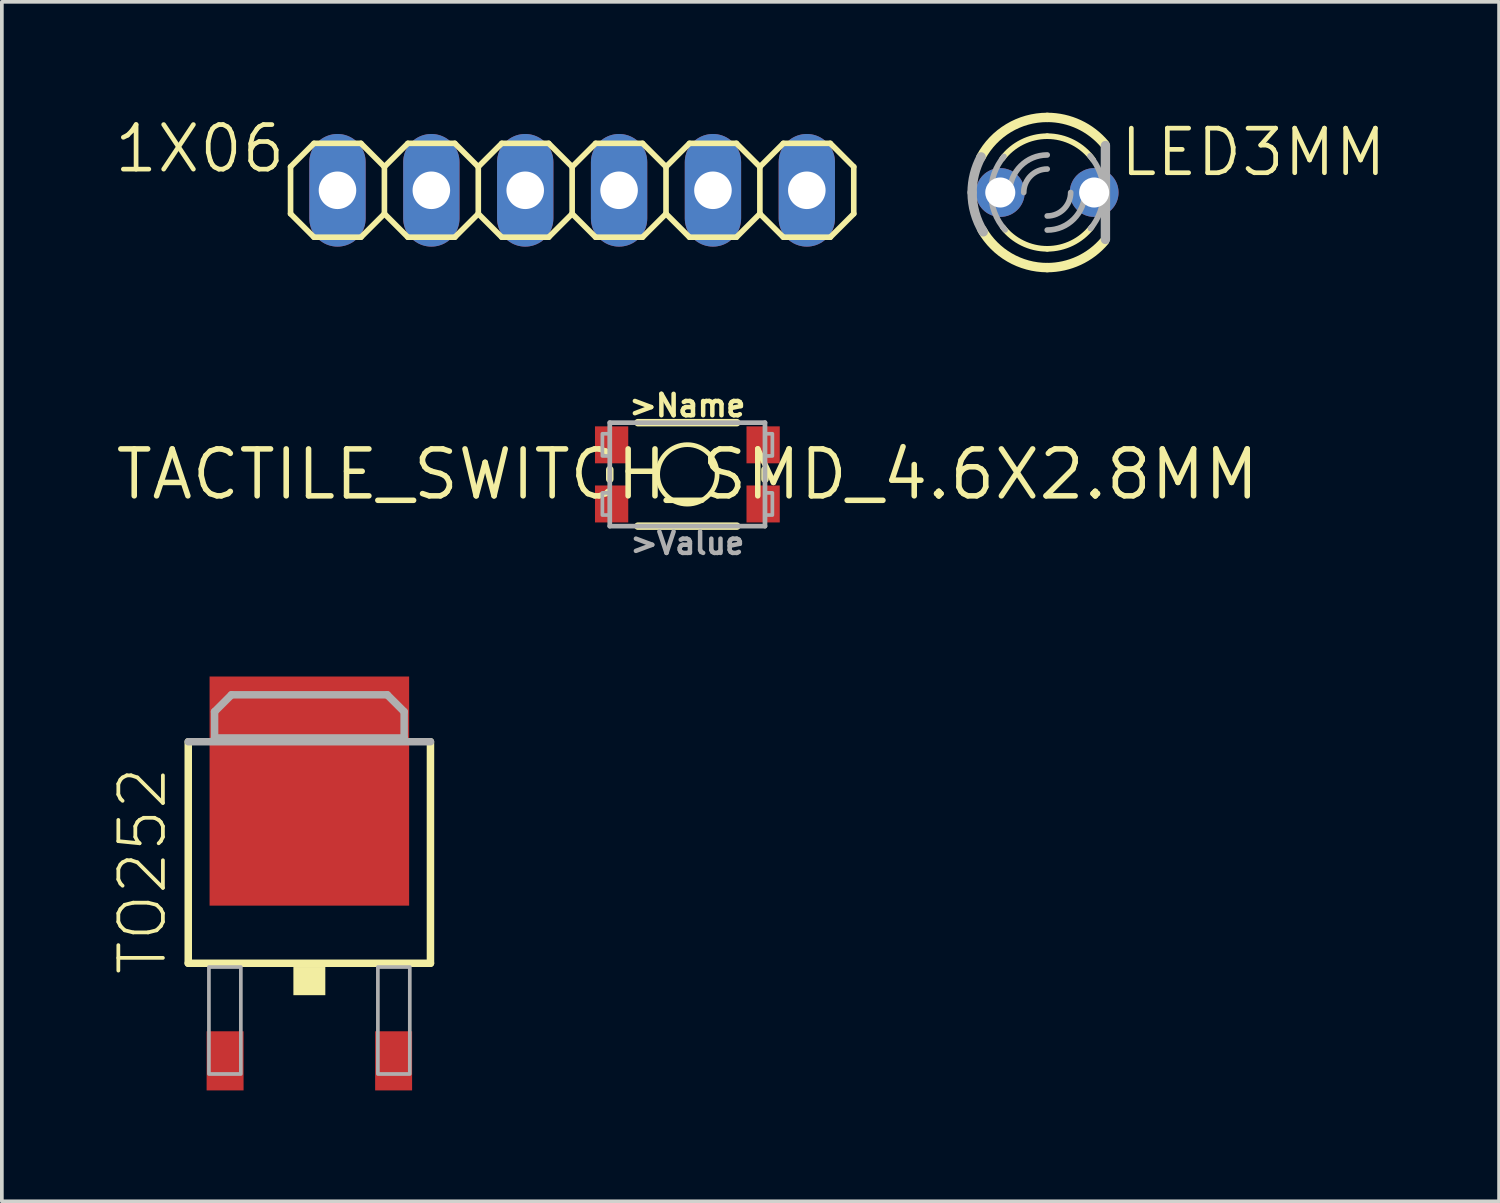
<source format=kicad_pcb>
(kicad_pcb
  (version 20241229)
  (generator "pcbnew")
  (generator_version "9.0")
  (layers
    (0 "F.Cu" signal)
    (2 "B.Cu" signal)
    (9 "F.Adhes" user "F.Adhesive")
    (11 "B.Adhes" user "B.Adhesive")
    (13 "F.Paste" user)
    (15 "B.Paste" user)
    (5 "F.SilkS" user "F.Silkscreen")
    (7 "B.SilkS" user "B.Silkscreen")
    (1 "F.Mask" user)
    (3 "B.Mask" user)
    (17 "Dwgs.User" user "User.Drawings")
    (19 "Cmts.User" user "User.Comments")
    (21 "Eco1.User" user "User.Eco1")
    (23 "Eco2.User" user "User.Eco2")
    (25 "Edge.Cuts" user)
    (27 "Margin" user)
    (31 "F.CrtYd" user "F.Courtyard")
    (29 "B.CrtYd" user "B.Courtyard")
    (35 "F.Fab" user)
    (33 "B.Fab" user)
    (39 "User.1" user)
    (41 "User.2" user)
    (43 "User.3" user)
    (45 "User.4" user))
  (footprint "TACTILE_SWITCH_SMD_4.6X2.8MM"
    (layer "F.Cu")
    (at 15.55 9.787)
    (property "Reference" "TACTILE_SWITCH_SMD_4.6X2.8MM" (at 0 0 0) (layer "F.SilkS") (effects (font (size 1.27 1.27) (thickness 0.15))))
    (attr through_hole)
    (fp_line (start -2.1 -0.13) (end -2.1 0.13) (stroke (width 0.203) (type solid)) (layer "F.SilkS"))
    (fp_line (start -1.338 -1.4) (end 1.338 -1.4) (stroke (width 0.203) (type solid)) (layer "F.SilkS"))
    (fp_line (start 1.338 1.4) (end -1.338 1.4) (stroke (width 0.203) (type solid)) (layer "F.SilkS"))
    (fp_line (start 2.1 0.13) (end 2.1 -0.13) (stroke (width 0.203) (type solid)) (layer "F.SilkS"))
    (fp_circle (center 0 0) (end 0.805 0) (stroke (width 0.127) (type solid)) (fill no) (layer "F.SilkS"))
    (fp_line (start -2.1 -1.4) (end -2.1 1.4) (stroke (width 0.127) (type solid)) (layer "F.Fab"))
    (fp_line (start -2.1 -1.4) (end 2.1 -1.4) (stroke (width 0.127) (type solid)) (layer "F.Fab"))
    (fp_line (start -2.1 1.4) (end 2.1 1.4) (stroke (width 0.127) (type solid)) (layer "F.Fab"))
    (fp_line (start 2.1 1.4) (end 2.1 -1.4) (stroke (width 0.127) (type solid)) (layer "F.Fab"))
    (fp_poly (pts (xy -2.3 -0.5) (xy -2.1 -0.5) (xy -2.1 -1.1) (xy -2.3 -1.1)) (stroke (width 0.1) (type solid)) (fill no) (layer "F.Fab"))
    (fp_poly (pts (xy -2.3 1.1) (xy -2.1 1.1) (xy -2.1 0.5) (xy -2.3 0.5)) (stroke (width 0.1) (type solid)) (fill no) (layer "F.Fab"))
    (fp_poly (pts (xy 2.3 -1.1) (xy 2.1 -1.1) (xy 2.1 -0.5) (xy 2.3 -0.5)) (stroke (width 0.1) (type solid)) (fill no) (layer "F.Fab"))
    (fp_poly (pts (xy 2.3 0.5) (xy 2.1 0.5) (xy 2.1 1.1) (xy 2.3 1.1)) (stroke (width 0.1) (type solid)) (fill no) (layer "F.Fab"))
    (fp_text user ">Name" (at 0 -1.524 0) (layer "F.SilkS") (effects (font (size 0.579 0.579) (thickness 0.122)) (justify bottom)))
    (fp_text user ">Value" (at 0 1.524 0) (layer "F.Fab") (effects (font (size 0.579 0.579) (thickness 0.122)) (justify top)))
    (pad "1" smd rect (at -2.05 0.8) (size 0.9 1) (layers "F.Cu" "F.Mask" "F.Paste"))
    (pad "2" smd rect (at 2.05 0.8) (size 0.9 1) (layers "F.Cu" "F.Mask" "F.Paste"))
    (pad "3" smd rect (at 2.05 -0.8) (size 0.9 1) (layers "F.Cu" "F.Mask" "F.Paste"))
    (pad "4" smd rect (at -2.05 -0.8) (size 0.9 1) (layers "F.Cu" "F.Mask" "F.Paste")))
  (footprint "TO252"
    (layer "F.Cu")
    (at 5.321 20.856)
    (property "Reference" "TO252" (at -3.81 2.54 90) (layer "F.SilkS") (effects (font (size 1.206 1.206) (thickness 0.102)) (justify left bottom)))
    (attr through_hole)
    (fp_line (start -3.277 2.159) (end -3.277 -3.835) (stroke (width 0.203) (type solid)) (layer "F.SilkS"))
    (fp_line (start 3.277 -3.835) (end 3.277 2.159) (stroke (width 0.203) (type solid)) (layer "F.SilkS"))
    (fp_line (start 3.277 2.159) (end -3.277 2.159) (stroke (width 0.203) (type solid)) (layer "F.SilkS"))
    (fp_poly (pts (xy -0.432 3.023) (xy 0.432 3.023) (xy 0.432 2.261) (xy -0.432 2.261)) (stroke (width 0) (type solid)) (fill yes) (layer "F.SilkS"))
    (fp_line (start -3.277 -3.835) (end 3.277 -3.835) (stroke (width 0.203) (type solid)) (layer "F.Fab"))
    (fp_line (start -2.565 -4.648) (end -2.108 -5.105) (stroke (width 0.203) (type solid)) (layer "F.Fab"))
    (fp_line (start -2.565 -3.937) (end -2.565 -4.648) (stroke (width 0.203) (type solid)) (layer "F.Fab"))
    (fp_line (start -2.108 -5.105) (end 2.108 -5.105) (stroke (width 0.203) (type solid)) (layer "F.Fab"))
    (fp_line (start 2.108 -5.105) (end 2.565 -4.648) (stroke (width 0.203) (type solid)) (layer "F.Fab"))
    (fp_line (start 2.565 -4.648) (end 2.565 -3.937) (stroke (width 0.203) (type solid)) (layer "F.Fab"))
    (fp_line (start 2.565 -3.937) (end -2.565 -3.937) (stroke (width 0.203) (type solid)) (layer "F.Fab"))
    (fp_poly (pts (xy -2.718 5.156) (xy -1.854 5.156) (xy -1.854 2.261) (xy -2.718 2.261)) (stroke (width 0.1) (type solid)) (fill no) (layer "F.Fab"))
    (fp_poly (pts (xy 1.854 5.156) (xy 2.718 5.156) (xy 2.718 2.261) (xy 1.854 2.261)) (stroke (width 0.1) (type solid)) (fill no) (layer "F.Fab"))
    (fp_poly (pts (xy -2.565 -3.937) (xy -2.565 -4.648) (xy -2.108 -5.105) (xy 2.108 -5.105) (xy 2.565 -4.648) (xy 2.565 -3.937)) (stroke (width 0.1) (type solid)) (fill no) (layer "F.Fab"))
    (pad "1" smd rect (at -2.28 4.8) (size 1 1.6) (layers "F.Cu" "F.Mask" "F.Paste"))
    (pad "2" smd rect (at 2.28 4.8) (size 1 1.6) (layers "F.Cu" "F.Mask" "F.Paste"))
    (pad "3" smd rect (at 0 -2.5) (size 5.4 6.2) (layers "F.Cu" "F.Mask" "F.Paste")))
  (footprint "1X06"
    (layer "F.Cu")
    (at 12.432 2.099)
    (property "Reference" "1X06" (at -7.696 -1.829 0) (layer "F.SilkS") (effects (font (size 1.206 1.206) (thickness 0.127)) (justify right top)))
    (attr through_hole)
    (fp_line (start -7.62 -0.635) (end -7.62 0.635) (stroke (width 0.152) (type solid)) (layer "F.SilkS"))
    (fp_line (start -7.62 0.635) (end -6.985 1.27) (stroke (width 0.152) (type solid)) (layer "F.SilkS"))
    (fp_line (start -6.985 -1.27) (end -7.62 -0.635) (stroke (width 0.152) (type solid)) (layer "F.SilkS"))
    (fp_line (start -6.985 -1.27) (end -5.715 -1.27) (stroke (width 0.152) (type solid)) (layer "F.SilkS"))
    (fp_line (start -5.715 -1.27) (end -5.08 -0.635) (stroke (width 0.152) (type solid)) (layer "F.SilkS"))
    (fp_line (start -5.715 1.27) (end -6.985 1.27) (stroke (width 0.152) (type solid)) (layer "F.SilkS"))
    (fp_line (start -5.08 -0.635) (end -5.08 0.635) (stroke (width 0.152) (type solid)) (layer "F.SilkS"))
    (fp_line (start -5.08 -0.635) (end -4.445 -1.27) (stroke (width 0.152) (type solid)) (layer "F.SilkS"))
    (fp_line (start -5.08 0.635) (end -5.715 1.27) (stroke (width 0.152) (type solid)) (layer "F.SilkS"))
    (fp_line (start -4.445 -1.27) (end -3.175 -1.27) (stroke (width 0.152) (type solid)) (layer "F.SilkS"))
    (fp_line (start -4.445 1.27) (end -5.08 0.635) (stroke (width 0.152) (type solid)) (layer "F.SilkS"))
    (fp_line (start -3.175 -1.27) (end -2.54 -0.635) (stroke (width 0.152) (type solid)) (layer "F.SilkS"))
    (fp_line (start -3.175 1.27) (end -4.445 1.27) (stroke (width 0.152) (type solid)) (layer "F.SilkS"))
    (fp_line (start -2.54 -0.635) (end -2.54 0.635) (stroke (width 0.152) (type solid)) (layer "F.SilkS"))
    (fp_line (start -2.54 -0.635) (end -1.905 -1.27) (stroke (width 0.152) (type solid)) (layer "F.SilkS"))
    (fp_line (start -2.54 0.635) (end -3.175 1.27) (stroke (width 0.152) (type solid)) (layer "F.SilkS"))
    (fp_line (start -1.905 -1.27) (end -0.635 -1.27) (stroke (width 0.152) (type solid)) (layer "F.SilkS"))
    (fp_line (start -1.905 1.27) (end -2.54 0.635) (stroke (width 0.152) (type solid)) (layer "F.SilkS"))
    (fp_line (start -0.635 -1.27) (end 0 -0.635) (stroke (width 0.152) (type solid)) (layer "F.SilkS"))
    (fp_line (start -0.635 1.27) (end -1.905 1.27) (stroke (width 0.152) (type solid)) (layer "F.SilkS"))
    (fp_line (start 0 -0.635) (end 0 0.635) (stroke (width 0.152) (type solid)) (layer "F.SilkS"))
    (fp_line (start 0 0.635) (end -0.635 1.27) (stroke (width 0.152) (type solid)) (layer "F.SilkS"))
    (fp_line (start 0 0.635) (end 0.635 1.27) (stroke (width 0.152) (type solid)) (layer "F.SilkS"))
    (fp_line (start 0.635 -1.27) (end 0 -0.635) (stroke (width 0.152) (type solid)) (layer "F.SilkS"))
    (fp_line (start 0.635 -1.27) (end 1.905 -1.27) (stroke (width 0.152) (type solid)) (layer "F.SilkS"))
    (fp_line (start 1.905 -1.27) (end 2.54 -0.635) (stroke (width 0.152) (type solid)) (layer "F.SilkS"))
    (fp_line (start 1.905 1.27) (end 0.635 1.27) (stroke (width 0.152) (type solid)) (layer "F.SilkS"))
    (fp_line (start 2.54 -0.635) (end 2.54 0.635) (stroke (width 0.152) (type solid)) (layer "F.SilkS"))
    (fp_line (start 2.54 -0.635) (end 3.175 -1.27) (stroke (width 0.152) (type solid)) (layer "F.SilkS"))
    (fp_line (start 2.54 0.635) (end 1.905 1.27) (stroke (width 0.152) (type solid)) (layer "F.SilkS"))
    (fp_line (start 3.175 -1.27) (end 4.445 -1.27) (stroke (width 0.152) (type solid)) (layer "F.SilkS"))
    (fp_line (start 3.175 1.27) (end 2.54 0.635) (stroke (width 0.152) (type solid)) (layer "F.SilkS"))
    (fp_line (start 4.445 -1.27) (end 5.08 -0.635) (stroke (width 0.152) (type solid)) (layer "F.SilkS"))
    (fp_line (start 4.445 1.27) (end 3.175 1.27) (stroke (width 0.152) (type solid)) (layer "F.SilkS"))
    (fp_line (start 5.08 -0.635) (end 5.08 0.635) (stroke (width 0.152) (type solid)) (layer "F.SilkS"))
    (fp_line (start 5.08 0.635) (end 4.445 1.27) (stroke (width 0.152) (type solid)) (layer "F.SilkS"))
    (fp_line (start 5.08 0.635) (end 5.715 1.27) (stroke (width 0.152) (type solid)) (layer "F.SilkS"))
    (fp_line (start 5.715 -1.27) (end 5.08 -0.635) (stroke (width 0.152) (type solid)) (layer "F.SilkS"))
    (fp_line (start 5.715 -1.27) (end 6.985 -1.27) (stroke (width 0.152) (type solid)) (layer "F.SilkS"))
    (fp_line (start 6.985 -1.27) (end 7.62 -0.635) (stroke (width 0.152) (type solid)) (layer "F.SilkS"))
    (fp_line (start 6.985 1.27) (end 5.715 1.27) (stroke (width 0.152) (type solid)) (layer "F.SilkS"))
    (fp_line (start 7.62 -0.635) (end 7.62 0.635) (stroke (width 0.152) (type solid)) (layer "F.SilkS"))
    (fp_line (start 7.62 0.635) (end 6.985 1.27) (stroke (width 0.152) (type solid)) (layer "F.SilkS"))
    (fp_poly (pts (xy -6.604 0.254) (xy -6.096 0.254) (xy -6.096 -0.254) (xy -6.604 -0.254)) (stroke (width 0.1) (type solid)) (fill no) (layer "F.Fab"))
    (fp_poly (pts (xy -4.064 0.254) (xy -3.556 0.254) (xy -3.556 -0.254) (xy -4.064 -0.254)) (stroke (width 0.1) (type solid)) (fill no) (layer "F.Fab"))
    (fp_poly (pts (xy -1.524 0.254) (xy -1.016 0.254) (xy -1.016 -0.254) (xy -1.524 -0.254)) (stroke (width 0.1) (type solid)) (fill no) (layer "F.Fab"))
    (fp_poly (pts (xy 1.016 0.254) (xy 1.524 0.254) (xy 1.524 -0.254) (xy 1.016 -0.254)) (stroke (width 0.1) (type solid)) (fill no) (layer "F.Fab"))
    (fp_poly (pts (xy 3.556 0.254) (xy 4.064 0.254) (xy 4.064 -0.254) (xy 3.556 -0.254)) (stroke (width 0.1) (type solid)) (fill no) (layer "F.Fab"))
    (fp_poly (pts (xy 6.096 0.254) (xy 6.604 0.254) (xy 6.604 -0.254) (xy 6.096 -0.254)) (stroke (width 0.1) (type solid)) (fill no) (layer "F.Fab"))
    (pad "1" thru_hole oval (at -6.35 0 90) (size 3.048 1.524) (drill 1.016) (layers "*.Cu" "*.Mask"))
    (pad "2" thru_hole oval (at -3.81 0 90) (size 3.048 1.524) (drill 1.016) (layers "*.Cu" "*.Mask"))
    (pad "3" thru_hole oval (at -1.27 0 90) (size 3.048 1.524) (drill 1.016) (layers "*.Cu" "*.Mask"))
    (pad "4" thru_hole oval (at 1.27 0 90) (size 3.048 1.524) (drill 1.016) (layers "*.Cu" "*.Mask"))
    (pad "5" thru_hole oval (at 3.81 0 90) (size 3.048 1.524) (drill 1.016) (layers "*.Cu" "*.Mask"))
    (pad "6" thru_hole oval (at 6.35 0 90) (size 3.048 1.524) (drill 1.016) (layers "*.Cu" "*.Mask")))
  (footprint "LED3MM"
    (layer "F.Cu")
    (at 25.287 2.159)
    (property "Reference" "LED3MM" (at 1.905 -0.381 0) (layer "F.SilkS") (effects (font (size 1.206 1.206) (thickness 0.127)) (justify left bottom)))
    (attr through_hole)
    (fp_arc (start -1.7929 -0.9562) (mid -1.045438 -1.7424) (end 0 -2.032) (stroke (width 0.254) (type solid)) (layer "F.SilkS"))
    (fp_arc (start -1.2192 -0.9144) (mid -0.681554 -1.363107) (end 0 -1.524) (stroke (width 0.1524) (type solid)) (layer "F.SilkS"))
    (fp_arc (start 0 -2.032) (mid 0.861864 -1.840173) (end 1.561 -1.3009) (stroke (width 0.254) (type solid)) (layer "F.SilkS"))
    (fp_arc (start 0 -1.524) (mid 0.697339 -1.355082) (end 1.2401 -0.885801) (stroke (width 0.1524) (type solid)) (layer "F.SilkS"))
    (fp_arc (start 0 1.524) (mid -0.669593 1.369018) (end -1.203 0.9356) (stroke (width 0.1524) (type solid)) (layer "F.SilkS"))
    (fp_arc (start 0 2.032) (mid -1.019924 1.757525) (end -1.7643 1.0082) (stroke (width 0.254) (type solid)) (layer "F.SilkS"))
    (fp_arc (start 1.203 0.9356) (mid 0.669593 1.369018) (end 0 1.524) (stroke (width 0.1524) (type solid)) (layer "F.SilkS"))
    (fp_arc (start 1.5512 1.3126) (mid 0.854953 1.843405) (end 0 2.032) (stroke (width 0.254) (type solid)) (layer "F.SilkS"))
    (fp_line (start 1.575 1.27) (end 1.575 -1.27) (stroke (width 0.254) (type solid)) (layer "F.Fab"))
    (fp_arc (start -2.032 0) (mid -1.970339 -0.496775) (end -1.7891 -0.9634) (stroke (width 0.254) (type solid)) (layer "F.Fab"))
    (fp_arc (start -1.7306 1.065) (mid -1.95521 0.553417) (end -2.032 0) (stroke (width 0.254) (type solid)) (layer "F.Fab"))
    (fp_arc (start -1.524 0) (mid -1.432981 -0.518783) (end -1.1708 -0.9756) (stroke (width 0.1524) (type solid)) (layer "F.Fab"))
    (fp_arc (start -1.1391 1.0125) (mid -1.42454 0.5416) (end -1.524 0) (stroke (width 0.1524) (type solid)) (layer "F.Fab"))
    (fp_arc (start -1.016 0) (mid -0.71842 -0.71842) (end 0 -1.016) (stroke (width 0.1524) (type solid)) (layer "F.Fab"))
    (fp_arc (start -0.635 0) (mid -0.449013 -0.449013) (end 0 -0.635) (stroke (width 0.1524) (type solid)) (layer "F.Fab"))
    (fp_arc (start 0.635 0) (mid 0.449013 0.449013) (end 0 0.635) (stroke (width 0.1524) (type solid)) (layer "F.Fab"))
    (fp_arc (start 1.016 0) (mid 0.71842 0.71842) (end 0 1.016) (stroke (width 0.1524) (type solid)) (layer "F.Fab"))
    (fp_arc (start 1.1571 -0.9918) (mid 1.429332 -0.528744) (end 1.524 0) (stroke (width 0.1524) (type solid)) (layer "F.Fab"))
    (fp_arc (start 1.524 0) (mid 1.432981 0.518783) (end 1.1708 0.9756) (stroke (width 0.1524) (type solid)) (layer "F.Fab"))
    (pad "A" thru_hole circle (at -1.27 0) (size 1.321 1.321) (drill 0.813) (layers "*.Cu" "*.Mask"))
    (pad "K" thru_hole circle (at 1.27 0) (size 1.321 1.321) (drill 0.813) (layers "*.Cu" "*.Mask")))
  (gr_rect
    (start -3 -3)
    (end 37.514 29.456)
    (stroke (width 0.1) (type default))
    (fill no)
    (layer "Edge.Cuts")))
</source>
